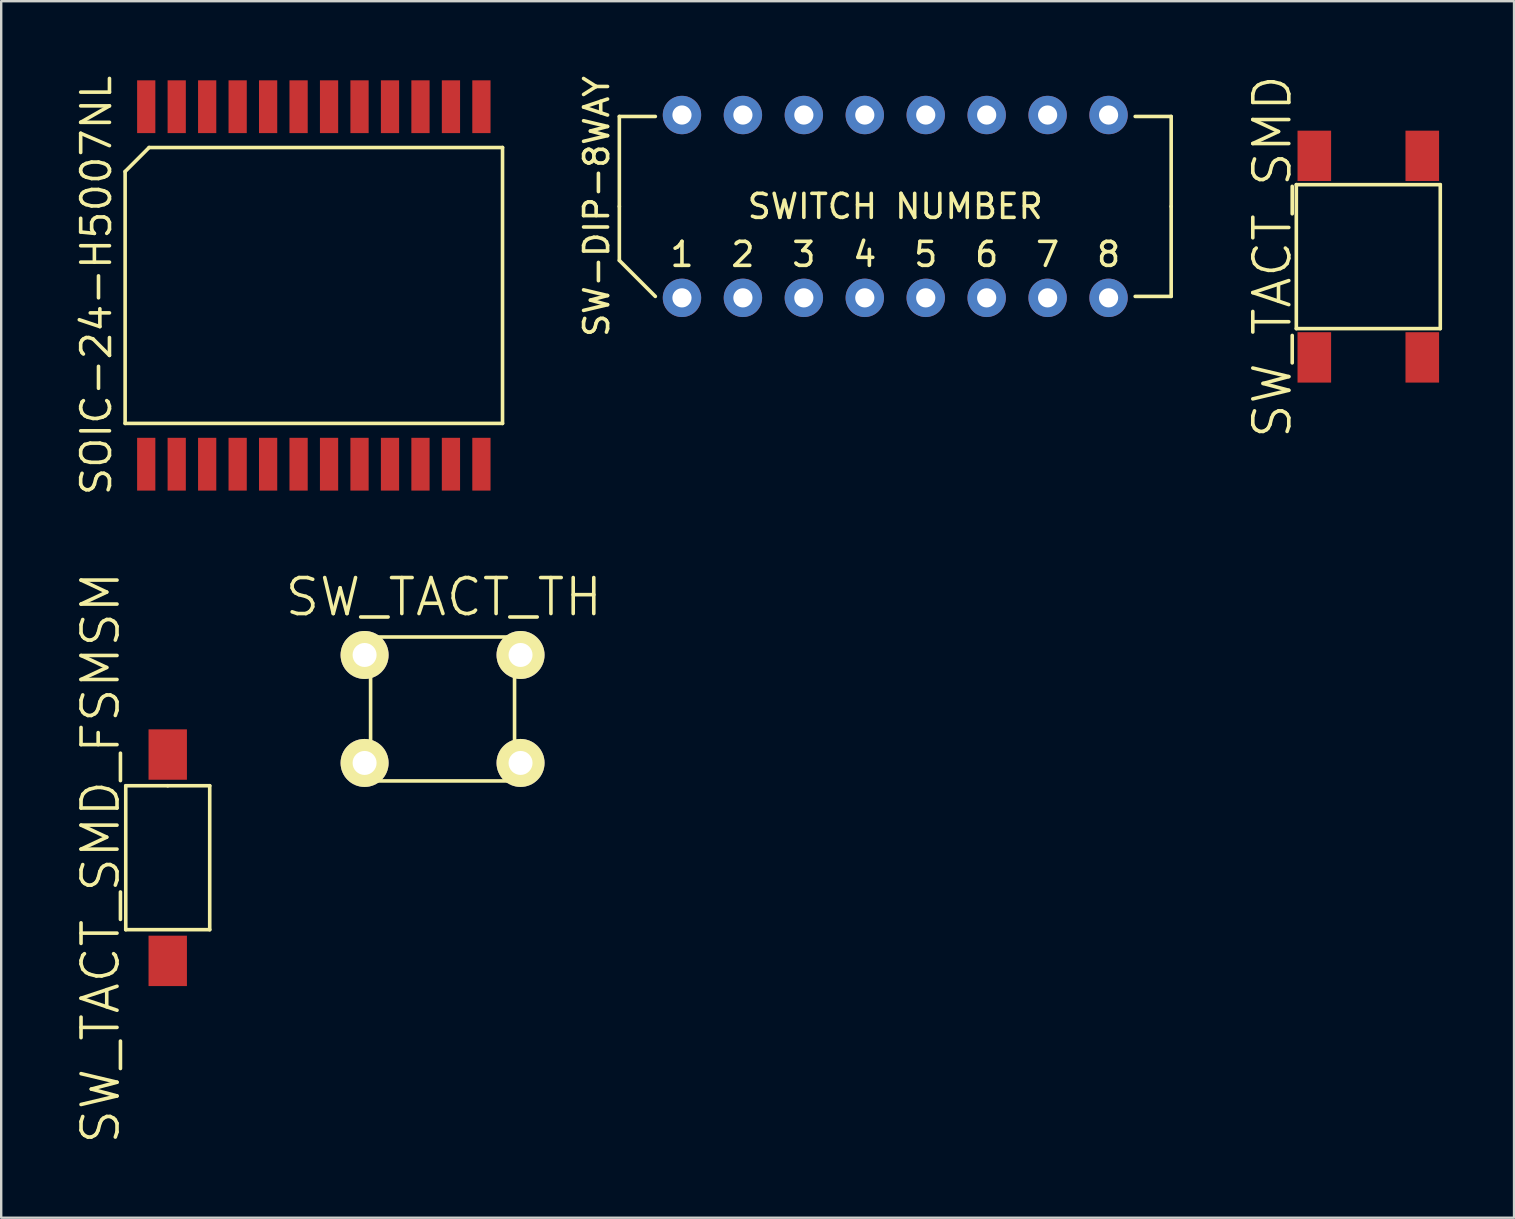
<source format=kicad_pcb>
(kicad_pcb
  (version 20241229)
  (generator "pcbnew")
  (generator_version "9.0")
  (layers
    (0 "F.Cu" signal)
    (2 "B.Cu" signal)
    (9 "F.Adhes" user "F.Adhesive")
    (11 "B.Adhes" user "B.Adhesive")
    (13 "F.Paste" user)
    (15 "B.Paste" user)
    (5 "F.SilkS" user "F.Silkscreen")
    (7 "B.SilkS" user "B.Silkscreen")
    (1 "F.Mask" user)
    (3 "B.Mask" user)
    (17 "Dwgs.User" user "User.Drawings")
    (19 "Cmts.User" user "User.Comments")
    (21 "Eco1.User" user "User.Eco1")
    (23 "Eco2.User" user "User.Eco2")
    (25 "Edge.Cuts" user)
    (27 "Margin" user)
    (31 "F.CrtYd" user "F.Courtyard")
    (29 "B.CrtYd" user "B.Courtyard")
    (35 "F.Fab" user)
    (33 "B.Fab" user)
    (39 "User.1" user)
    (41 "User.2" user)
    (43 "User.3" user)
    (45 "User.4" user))
  (footprint "SW_TACT_TH"
    (layer "F.Cu")
    (at 12.146 24.249)
    (property "Reference" "SW_TACT_TH" (at 3.302 -2.413 0) (layer "F.SilkS") (effects (font (size 1.5 1.5) (thickness 0.15))))
    (attr through_hole)
    (fp_line (start 0.25 -0.75) (end 6.25 -0.75) (stroke (width 0.15) (type solid)) (layer "F.SilkS"))
    (fp_line (start 0.25 5.25) (end 0.25 -0.75) (stroke (width 0.15) (type solid)) (layer "F.SilkS"))
    (fp_line (start 6.25 -0.75) (end 6.25 5.25) (stroke (width 0.15) (type solid)) (layer "F.SilkS"))
    (fp_line (start 6.25 5.25) (end 0.25 5.25) (stroke (width 0.15) (type solid)) (layer "F.SilkS"))
    (pad "1" thru_hole circle (at 0 0) (size 2 2) (drill 1) (layers "*.Cu" "*.Mask" "F.SilkS"))
    (pad "1" thru_hole circle (at 6.5 0) (size 2 2) (drill 1) (layers "*.Cu" "*.Mask" "F.SilkS"))
    (pad "2" thru_hole circle (at 0 4.5) (size 2 2) (drill 1) (layers "*.Cu" "*.Mask" "F.SilkS"))
    (pad "2" thru_hole circle (at 6.5 4.5) (size 2 2) (drill 1) (layers "*.Cu" "*.Mask" "F.SilkS")))
  (footprint "SW_TACT_SMD"
    (layer "F.Cu")
    (at 53.98 7.646)
    (property "Reference" "SW_TACT_SMD" (at -4 0 90) (layer "F.SilkS") (effects (font (size 1.5 1.5) (thickness 0.15))))
    (attr through_hole)
    (fp_line (start -3 -3) (end 3 -3) (stroke (width 0.15) (type solid)) (layer "F.SilkS"))
    (fp_line (start -3 3) (end -3 -3) (stroke (width 0.15) (type solid)) (layer "F.SilkS"))
    (fp_line (start 3 -3) (end 3 3) (stroke (width 0.15) (type solid)) (layer "F.SilkS"))
    (fp_line (start 3 3) (end -3 3) (stroke (width 0.15) (type solid)) (layer "F.SilkS"))
    (pad "1" smd rect (at -2.25 -4.2) (size 1.4 2.1) (layers "F.Cu" "F.Mask" "F.Paste"))
    (pad "1" smd rect (at -2.25 4.2) (size 1.4 2.1) (layers "F.Cu" "F.Mask" "F.Paste"))
    (pad "2" smd rect (at 2.25 -4.2) (size 1.4 2.1) (layers "F.Cu" "F.Mask" "F.Paste"))
    (pad "2" smd rect (at 2.25 4.2) (size 1.4 2.1) (layers "F.Cu" "F.Mask" "F.Paste")))
  (footprint "SW-DIP-8WAY"
    (layer "F.Cu")
    (at 34.264 5.554)
    (property "Reference" "SW-DIP-8WAY" (at -12.446 0 90) (layer "F.SilkS") (effects (font (size 1 1) (thickness 0.15))))
    (attr through_hole)
    (fp_line (start -11.5 -3.75) (end -10 -3.75) (stroke (width 0.15) (type solid)) (layer "F.SilkS"))
    (fp_line (start -11.5 0) (end -11.5 -3.75) (stroke (width 0.15) (type solid)) (layer "F.SilkS"))
    (fp_line (start -11.5 0) (end -11.5 2.25) (stroke (width 0.15) (type solid)) (layer "F.SilkS"))
    (fp_line (start -11.5 2.25) (end -10 3.75) (stroke (width 0.15) (type solid)) (layer "F.SilkS"))
    (fp_line (start 11.5 -3.75) (end 10 -3.75) (stroke (width 0.15) (type solid)) (layer "F.SilkS"))
    (fp_line (start 11.5 0) (end 11.5 -3.75) (stroke (width 0.15) (type solid)) (layer "F.SilkS"))
    (fp_line (start 11.5 0) (end 11.5 3.75) (stroke (width 0.15) (type solid)) (layer "F.SilkS"))
    (fp_line (start 11.5 3.75) (end 10 3.75) (stroke (width 0.15) (type solid)) (layer "F.SilkS"))
    (fp_text user "SWITCH NUMBER" (at 0 0 0) (layer "F.SilkS") (effects (font (size 1 1) (thickness 0.15))))
    (fp_text user "5" (at 1.27 2 0) (layer "F.SilkS") (effects (font (size 1 1) (thickness 0.15))))
    (fp_text user "4" (at -1.27 2 0) (layer "F.SilkS") (effects (font (size 1 1) (thickness 0.15))))
    (fp_text user "8" (at 8.89 2 0) (layer "F.SilkS") (effects (font (size 1 1) (thickness 0.15))))
    (fp_text user "7" (at 6.35 2 0) (layer "F.SilkS") (effects (font (size 1 1) (thickness 0.15))))
    (fp_text user "2" (at -6.35 2 0) (layer "F.SilkS") (effects (font (size 1 1) (thickness 0.15))))
    (fp_text user "3" (at -3.81 2 0) (layer "F.SilkS") (effects (font (size 1 1) (thickness 0.15))))
    (fp_text user "1" (at -8.89 2 0) (layer "F.SilkS") (effects (font (size 1 1) (thickness 0.15))))
    (fp_text user "6" (at 3.81 2 0) (layer "F.SilkS") (effects (font (size 1 1) (thickness 0.15))))
    (pad "1" thru_hole circle (at -8.89 3.81) (size 1.6 1.6) (drill 0.8) (layers "*.Cu" "*.Mask"))
    (pad "2" thru_hole circle (at -8.89 -3.81) (size 1.6 1.6) (drill 0.8) (layers "*.Cu" "*.Mask"))
    (pad "3" thru_hole circle (at -6.35 3.81) (size 1.6 1.6) (drill 0.8) (layers "*.Cu" "*.Mask"))
    (pad "4" thru_hole circle (at -6.35 -3.81) (size 1.6 1.6) (drill 0.8) (layers "*.Cu" "*.Mask"))
    (pad "5" thru_hole circle (at -3.81 3.81) (size 1.6 1.6) (drill 0.8) (layers "*.Cu" "*.Mask"))
    (pad "6" thru_hole circle (at -3.81 -3.81) (size 1.6 1.6) (drill 0.8) (layers "*.Cu" "*.Mask"))
    (pad "7" thru_hole circle (at -1.27 3.81) (size 1.6 1.6) (drill 0.8) (layers "*.Cu" "*.Mask"))
    (pad "8" thru_hole circle (at -1.27 -3.81) (size 1.6 1.6) (drill 0.8) (layers "*.Cu" "*.Mask"))
    (pad "9" thru_hole circle (at 1.27 3.81) (size 1.6 1.6) (drill 0.8) (layers "*.Cu" "*.Mask"))
    (pad "10" thru_hole circle (at 1.27 -3.81) (size 1.6 1.6) (drill 0.8) (layers "*.Cu" "*.Mask"))
    (pad "11" thru_hole circle (at 3.81 3.81) (size 1.6 1.6) (drill 0.8) (layers "*.Cu" "*.Mask"))
    (pad "12" thru_hole circle (at 3.81 -3.81) (size 1.6 1.6) (drill 0.8) (layers "*.Cu" "*.Mask"))
    (pad "13" thru_hole circle (at 6.35 3.81) (size 1.6 1.6) (drill 0.8) (layers "*.Cu" "*.Mask"))
    (pad "14" thru_hole circle (at 6.35 -3.81) (size 1.6 1.6) (drill 0.8) (layers "*.Cu" "*.Mask"))
    (pad "15" thru_hole circle (at 8.89 3.81) (size 1.6 1.6) (drill 0.8) (layers "*.Cu" "*.Mask"))
    (pad "16" thru_hole circle (at 8.89 -3.81) (size 1.6 1.6) (drill 0.8) (layers "*.Cu" "*.Mask")))
  (footprint "SW_TACT_SMD_FSMSM"
    (layer "F.Cu")
    (at 3.941 32.699)
    (property "Reference" "SW_TACT_SMD_FSMSM" (at -2.8 0 90) (layer "F.SilkS") (effects (font (size 1.5 1.5) (thickness 0.15))))
    (attr through_hole)
    (fp_line (start -1.75 -3) (end -1.75 3) (stroke (width 0.15) (type solid)) (layer "F.SilkS"))
    (fp_line (start -1.75 3) (end 1.75 3) (stroke (width 0.15) (type solid)) (layer "F.SilkS"))
    (fp_line (start 0 -3) (end -1.75 -3) (stroke (width 0.15) (type solid)) (layer "F.SilkS"))
    (fp_line (start 1.75 -3) (end 0 -3) (stroke (width 0.15) (type solid)) (layer "F.SilkS"))
    (fp_line (start 1.75 3) (end 1.75 -3) (stroke (width 0.15) (type solid)) (layer "F.SilkS"))
    (pad "1" smd rect (at 0 -4.3) (size 1.6 2.1) (layers "F.Cu" "F.Mask" "F.Paste"))
    (pad "2" smd rect (at 0 4.3) (size 1.6 2.1) (layers "F.Cu" "F.Mask" "F.Paste")))
  (footprint "SOIC-24-H5007NL"
    (layer "F.Cu")
    (at 10.03 8.848)
    (property "Reference" "SOIC-24-H5007NL" (at -9.065 0 90) (layer "F.SilkS") (effects (font (size 1.2 1.2) (thickness 0.15))))
    (attr through_hole)
    (fp_line (start -7.865 -4.75) (end -7.865 5.75) (stroke (width 0.15) (type solid)) (layer "F.SilkS"))
    (fp_line (start -7.865 5.75) (end 7.865 5.75) (stroke (width 0.15) (type solid)) (layer "F.SilkS"))
    (fp_line (start -6.865 -5.75) (end -7.865 -4.75) (stroke (width 0.15) (type solid)) (layer "F.SilkS"))
    (fp_line (start 7.865 -5.75) (end -6.865 -5.75) (stroke (width 0.15) (type solid)) (layer "F.SilkS"))
    (fp_line (start 7.865 5.75) (end 7.865 -5.75) (stroke (width 0.15) (type solid)) (layer "F.SilkS"))
    (pad "1" smd rect (at -6.985 7.45) (size 0.76 2.2) (layers "F.Cu" "F.Mask" "F.Paste"))
    (pad "2" smd rect (at -5.715 7.45) (size 0.76 2.2) (layers "F.Cu" "F.Mask" "F.Paste"))
    (pad "3" smd rect (at -4.445 7.45) (size 0.76 2.2) (layers "F.Cu" "F.Mask" "F.Paste"))
    (pad "4" smd rect (at -3.175 7.45) (size 0.76 2.2) (layers "F.Cu" "F.Mask" "F.Paste"))
    (pad "5" smd rect (at -1.905 7.45) (size 0.76 2.2) (layers "F.Cu" "F.Mask" "F.Paste"))
    (pad "6" smd rect (at -0.635 7.45) (size 0.76 2.2) (layers "F.Cu" "F.Mask" "F.Paste"))
    (pad "7" smd rect (at 0.635 7.45) (size 0.76 2.2) (layers "F.Cu" "F.Mask" "F.Paste"))
    (pad "8" smd rect (at 1.905 7.45) (size 0.76 2.2) (layers "F.Cu" "F.Mask" "F.Paste"))
    (pad "9" smd rect (at 3.175 7.45) (size 0.76 2.2) (layers "F.Cu" "F.Mask" "F.Paste"))
    (pad "10" smd rect (at 4.445 7.45) (size 0.76 2.2) (layers "F.Cu" "F.Mask" "F.Paste"))
    (pad "11" smd rect (at 5.715 7.45) (size 0.76 2.2) (layers "F.Cu" "F.Mask" "F.Paste"))
    (pad "12" smd rect (at 6.985 7.45) (size 0.76 2.2) (layers "F.Cu" "F.Mask" "F.Paste"))
    (pad "13" smd rect (at 6.985 -7.45) (size 0.76 2.2) (layers "F.Cu" "F.Mask" "F.Paste"))
    (pad "14" smd rect (at 5.715 -7.45) (size 0.76 2.2) (layers "F.Cu" "F.Mask" "F.Paste"))
    (pad "15" smd rect (at 4.445 -7.45) (size 0.76 2.2) (layers "F.Cu" "F.Mask" "F.Paste"))
    (pad "16" smd rect (at 3.175 -7.45) (size 0.76 2.2) (layers "F.Cu" "F.Mask" "F.Paste"))
    (pad "17" smd rect (at 1.905 -7.45) (size 0.76 2.2) (layers "F.Cu" "F.Mask" "F.Paste"))
    (pad "18" smd rect (at 0.635 -7.45) (size 0.76 2.2) (layers "F.Cu" "F.Mask" "F.Paste"))
    (pad "19" smd rect (at -0.635 -7.45) (size 0.76 2.2) (layers "F.Cu" "F.Mask" "F.Paste"))
    (pad "20" smd rect (at -1.905 -7.45) (size 0.76 2.2) (layers "F.Cu" "F.Mask" "F.Paste"))
    (pad "21" smd rect (at -3.175 -7.45) (size 0.76 2.2) (layers "F.Cu" "F.Mask" "F.Paste"))
    (pad "22" smd rect (at -4.445 -7.45) (size 0.76 2.2) (layers "F.Cu" "F.Mask" "F.Paste"))
    (pad "23" smd rect (at -5.715 -7.45) (size 0.76 2.2) (layers "F.Cu" "F.Mask" "F.Paste"))
    (pad "24" smd rect (at -6.985 -7.45) (size 0.76 2.2) (layers "F.Cu" "F.Mask" "F.Paste")))
  (gr_rect
    (start -3 -3)
    (end 60.055 47.703)
    (stroke (width 0.1) (type default))
    (fill no)
    (layer "Edge.Cuts")))
</source>
